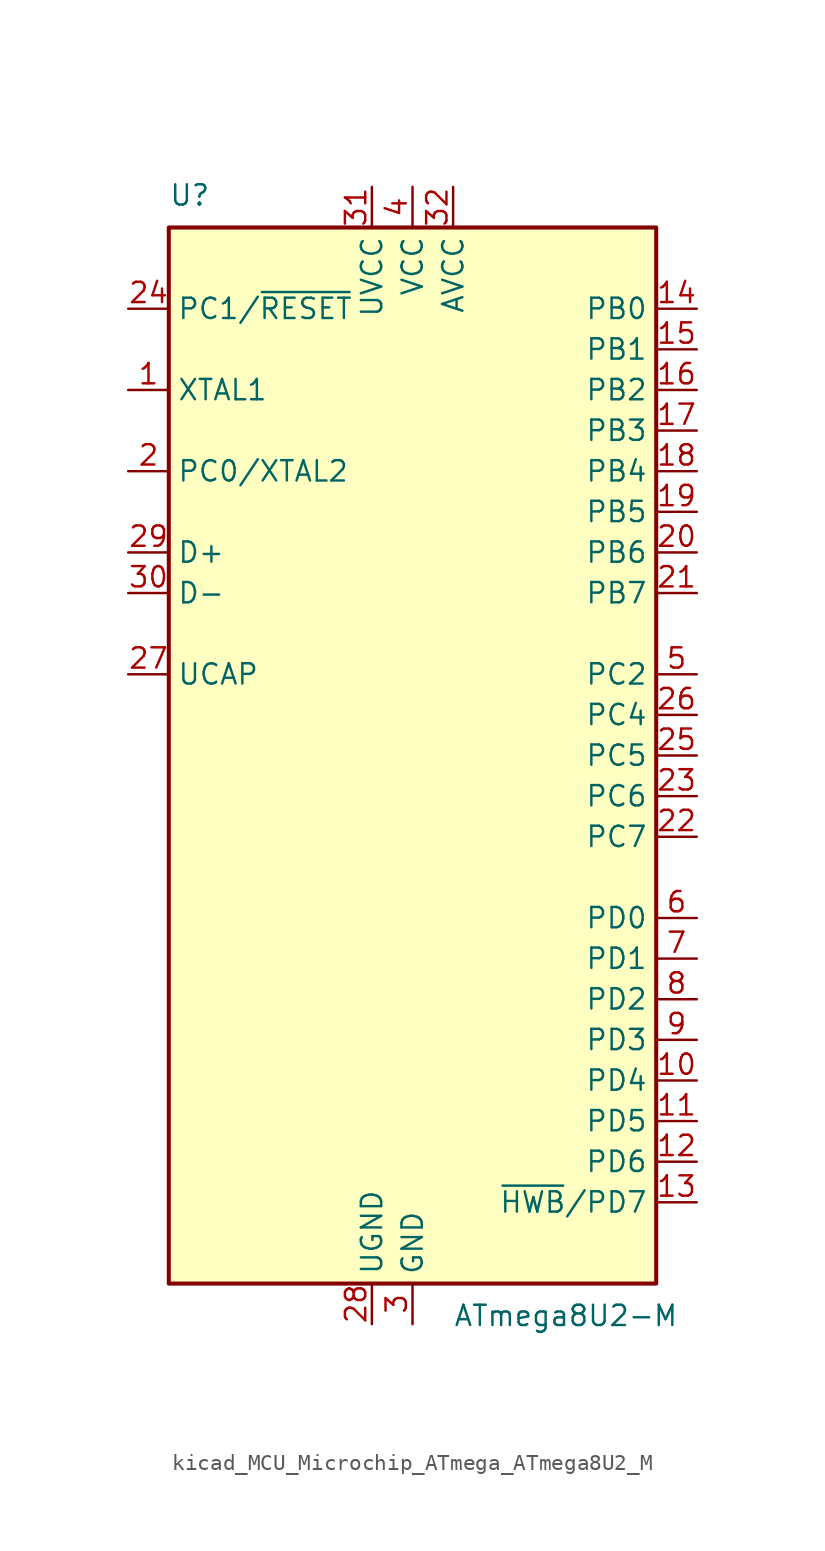
<source format=kicad_sym>
(kicad_symbol_lib
  (version 20220914)
  (generator kicad_symbol_editor)
  (symbol "kicad_MCU_Microchip_ATmega_ATmega8U2_M"
    (property "Reference" "U"
      (at -15.24 34.29 0)
      (effects (font (size 1.27 1.27)) (justify left bottom)))
    (property "Value" "ATmega8U2-M"
      (at 2.54 -34.29 0)
      (effects (font (size 1.27 1.27)) (justify left top)))
    (symbol "kicad_MCU_Microchip_ATmega_ATmega8U2_M_0_1"
      (rectangle (start -15.24 -33.02) (end 15.24 33.02) (stroke (width 0.254) (type default)) (fill (type background))))
    (symbol "kicad_MCU_Microchip_ATmega_ATmega8U2_M_1_1"
      (pin input line (at -17.78 22.86 0) (length 2.54) (name "XTAL1" (effects (font (size 1.27 1.27)))) (number "1" (effects (font (size 1.27 1.27)))))
      (pin bidirectional line (at 17.78 -20.32 180) (length 2.54) (name "PD4" (effects (font (size 1.27 1.27)))) (number "10" (effects (font (size 1.27 1.27)))))
      (pin bidirectional line (at 17.78 -22.86 180) (length 2.54) (name "PD5" (effects (font (size 1.27 1.27)))) (number "11" (effects (font (size 1.27 1.27)))))
      (pin bidirectional line (at 17.78 -25.4 180) (length 2.54) (name "PD6" (effects (font (size 1.27 1.27)))) (number "12" (effects (font (size 1.27 1.27)))))
      (pin bidirectional line (at 17.78 -27.94 180) (length 2.54) (name "~{HWB}/PD7" (effects (font (size 1.27 1.27)))) (number "13" (effects (font (size 1.27 1.27)))))
      (pin bidirectional line (at 17.78 27.94 180) (length 2.54) (name "PB0" (effects (font (size 1.27 1.27)))) (number "14" (effects (font (size 1.27 1.27)))))
      (pin bidirectional line (at 17.78 25.4 180) (length 2.54) (name "PB1" (effects (font (size 1.27 1.27)))) (number "15" (effects (font (size 1.27 1.27)))))
      (pin bidirectional line (at 17.78 22.86 180) (length 2.54) (name "PB2" (effects (font (size 1.27 1.27)))) (number "16" (effects (font (size 1.27 1.27)))))
      (pin bidirectional line (at 17.78 20.32 180) (length 2.54) (name "PB3" (effects (font (size 1.27 1.27)))) (number "17" (effects (font (size 1.27 1.27)))))
      (pin bidirectional line (at 17.78 17.78 180) (length 2.54) (name "PB4" (effects (font (size 1.27 1.27)))) (number "18" (effects (font (size 1.27 1.27)))))
      (pin bidirectional line (at 17.78 15.24 180) (length 2.54) (name "PB5" (effects (font (size 1.27 1.27)))) (number "19" (effects (font (size 1.27 1.27)))))
      (pin bidirectional line (at -17.78 17.78 0) (length 2.54) (name "PC0/XTAL2" (effects (font (size 1.27 1.27)))) (number "2" (effects (font (size 1.27 1.27)))))
      (pin bidirectional line (at 17.78 12.7 180) (length 2.54) (name "PB6" (effects (font (size 1.27 1.27)))) (number "20" (effects (font (size 1.27 1.27)))))
      (pin bidirectional line (at 17.78 10.16 180) (length 2.54) (name "PB7" (effects (font (size 1.27 1.27)))) (number "21" (effects (font (size 1.27 1.27)))))
      (pin bidirectional line (at 17.78 -5.08 180) (length 2.54) (name "PC7" (effects (font (size 1.27 1.27)))) (number "22" (effects (font (size 1.27 1.27)))))
      (pin bidirectional line (at 17.78 -2.54 180) (length 2.54) (name "PC6" (effects (font (size 1.27 1.27)))) (number "23" (effects (font (size 1.27 1.27)))))
      (pin bidirectional line (at -17.78 27.94 0) (length 2.54) (name "PC1/~{RESET}" (effects (font (size 1.27 1.27)))) (number "24" (effects (font (size 1.27 1.27)))))
      (pin bidirectional line (at 17.78 0 180) (length 2.54) (name "PC5" (effects (font (size 1.27 1.27)))) (number "25" (effects (font (size 1.27 1.27)))))
      (pin bidirectional line (at 17.78 2.54 180) (length 2.54) (name "PC4" (effects (font (size 1.27 1.27)))) (number "26" (effects (font (size 1.27 1.27)))))
      (pin passive line (at -17.78 5.08 0) (length 2.54) (name "UCAP" (effects (font (size 1.27 1.27)))) (number "27" (effects (font (size 1.27 1.27)))))
      (pin power_in line (at -2.54 -35.56 90) (length 2.54) (name "UGND" (effects (font (size 1.27 1.27)))) (number "28" (effects (font (size 1.27 1.27)))))
      (pin bidirectional line (at -17.78 12.7 0) (length 2.54) (name "D+" (effects (font (size 1.27 1.27)))) (number "29" (effects (font (size 1.27 1.27)))))
      (pin power_in line (at 0 -35.56 90) (length 2.54) (name "GND" (effects (font (size 1.27 1.27)))) (number "3" (effects (font (size 1.27 1.27)))))
      (pin bidirectional line (at -17.78 10.16 0) (length 2.54) (name "D-" (effects (font (size 1.27 1.27)))) (number "30" (effects (font (size 1.27 1.27)))))
      (pin power_in line (at -2.54 35.56 270) (length 2.54) (name "UVCC" (effects (font (size 1.27 1.27)))) (number "31" (effects (font (size 1.27 1.27)))))
      (pin power_in line (at 2.54 35.56 270) (length 2.54) (name "AVCC" (effects (font (size 1.27 1.27)))) (number "32" (effects (font (size 1.27 1.27)))))
      (pin passive line (at 0 -35.56 90) (length 2.54) hide (name "GND" (effects (font (size 1.27 1.27)))) (number "33" (effects (font (size 1.27 1.27)))))
      (pin power_in line (at 0 35.56 270) (length 2.54) (name "VCC" (effects (font (size 1.27 1.27)))) (number "4" (effects (font (size 1.27 1.27)))))
      (pin bidirectional line (at 17.78 5.08 180) (length 2.54) (name "PC2" (effects (font (size 1.27 1.27)))) (number "5" (effects (font (size 1.27 1.27)))))
      (pin bidirectional line (at 17.78 -10.16 180) (length 2.54) (name "PD0" (effects (font (size 1.27 1.27)))) (number "6" (effects (font (size 1.27 1.27)))))
      (pin bidirectional line (at 17.78 -12.7 180) (length 2.54) (name "PD1" (effects (font (size 1.27 1.27)))) (number "7" (effects (font (size 1.27 1.27)))))
      (pin bidirectional line (at 17.78 -15.24 180) (length 2.54) (name "PD2" (effects (font (size 1.27 1.27)))) (number "8" (effects (font (size 1.27 1.27)))))
      (pin bidirectional line (at 17.78 -17.78 180) (length 2.54) (name "PD3" (effects (font (size 1.27 1.27)))) (number "9" (effects (font (size 1.27 1.27))))))))
</source>
